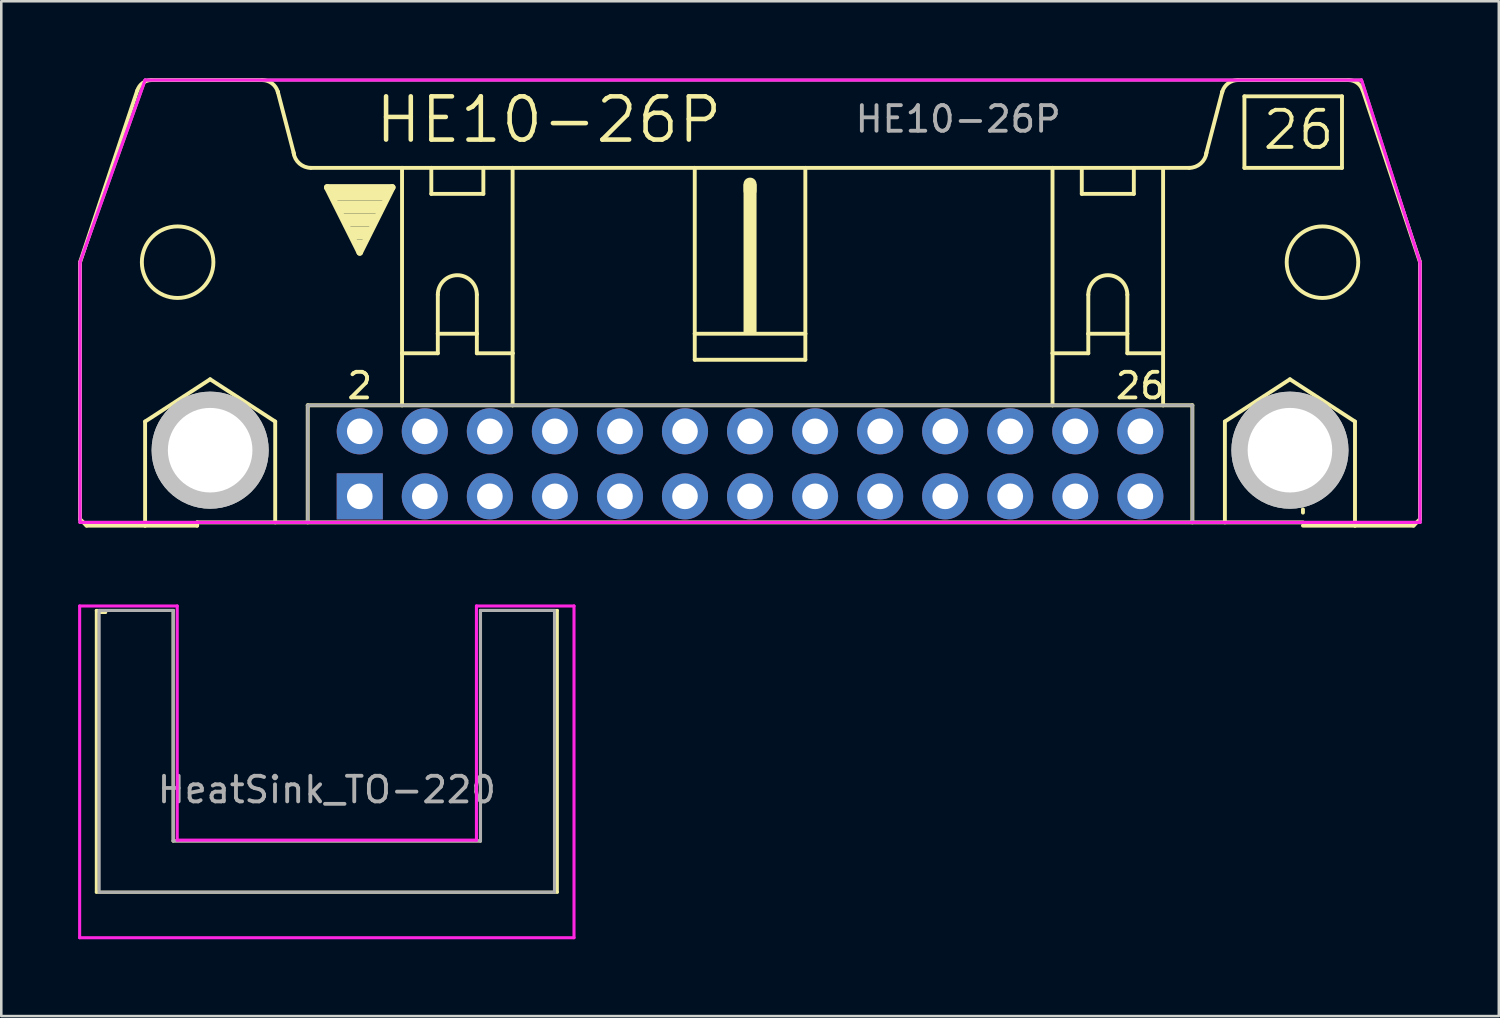
<source format=kicad_pcb>
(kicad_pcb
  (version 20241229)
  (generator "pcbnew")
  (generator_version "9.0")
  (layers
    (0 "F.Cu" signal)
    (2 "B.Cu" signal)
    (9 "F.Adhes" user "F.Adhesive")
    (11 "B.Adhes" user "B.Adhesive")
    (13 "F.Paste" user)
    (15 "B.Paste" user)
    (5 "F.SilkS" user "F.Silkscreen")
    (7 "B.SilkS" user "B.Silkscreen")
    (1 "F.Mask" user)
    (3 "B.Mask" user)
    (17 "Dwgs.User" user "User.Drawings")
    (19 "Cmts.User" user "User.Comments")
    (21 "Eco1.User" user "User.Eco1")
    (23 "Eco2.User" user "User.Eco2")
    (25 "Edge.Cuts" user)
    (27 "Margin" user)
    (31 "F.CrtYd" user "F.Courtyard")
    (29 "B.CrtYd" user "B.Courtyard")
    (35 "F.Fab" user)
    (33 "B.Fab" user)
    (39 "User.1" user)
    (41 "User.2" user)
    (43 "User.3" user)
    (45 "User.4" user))
  (footprint "HE10-26P"
    (layer "F.Cu")
    (at 26.238 15.062)
    (property "Reference" "HE10-26P" (at -14.732 -12.446 0) (layer "F.SilkS") (effects (font (size 1.689 1.689) (thickness 0.178)) (justify left bottom)))
    (attr through_hole)
    (fp_line (start -26.162 2.159) (end -26.162 -7.874) (stroke (width 0.152) (type solid)) (layer "F.SilkS"))
    (fp_line (start -26.162 2.159) (end -25.908 2.413) (stroke (width 0.152) (type solid)) (layer "F.SilkS"))
    (fp_line (start -25.908 2.413) (end -23.622 2.413) (stroke (width 0.152) (type solid)) (layer "F.SilkS"))
    (fp_line (start -23.927 -14.58) (end -26.162 -7.874) (stroke (width 0.152) (type solid)) (layer "F.SilkS"))
    (fp_line (start -23.622 -1.651) (end -21.082 -3.302) (stroke (width 0.152) (type solid)) (layer "F.SilkS"))
    (fp_line (start -23.622 2.413) (end -23.622 -1.651) (stroke (width 0.152) (type solid)) (layer "F.SilkS"))
    (fp_line (start -23.622 2.413) (end -21.59 2.413) (stroke (width 0.152) (type solid)) (layer "F.SilkS"))
    (fp_line (start -21.59 2.286) (end -21.59 2.413) (stroke (width 0.152) (type solid)) (layer "F.SilkS"))
    (fp_line (start -21.59 2.286) (end 21.59 2.286) (stroke (width 0.152) (type solid)) (layer "F.SilkS"))
    (fp_line (start -21.082 -3.302) (end -18.542 -1.651) (stroke (width 0.152) (type solid)) (layer "F.SilkS"))
    (fp_line (start -19.05 -14.986) (end -23.368 -14.986) (stroke (width 0.152) (type solid)) (layer "F.SilkS"))
    (fp_line (start -18.542 2.286) (end -18.542 -1.651) (stroke (width 0.152) (type solid)) (layer "F.SilkS"))
    (fp_line (start -17.805 -12.09) (end -18.44 -14.529) (stroke (width 0.152) (type solid)) (layer "F.SilkS"))
    (fp_line (start -17.272 -2.286) (end -17.272 2.286) (stroke (width 0.152) (type solid)) (layer "F.SilkS"))
    (fp_line (start -17.145 -11.557) (end -13.589 -11.557) (stroke (width 0.152) (type solid)) (layer "F.SilkS"))
    (fp_line (start -16.51 -10.795) (end -13.97 -10.795) (stroke (width 0.254) (type solid)) (layer "F.SilkS"))
    (fp_line (start -15.24 -8.255) (end -16.51 -10.795) (stroke (width 0.254) (type solid)) (layer "F.SilkS"))
    (fp_line (start -13.97 -10.795) (end -15.24 -8.255) (stroke (width 0.254) (type solid)) (layer "F.SilkS"))
    (fp_line (start -13.589 -11.557) (end -12.446 -11.557) (stroke (width 0.152) (type solid)) (layer "F.SilkS"))
    (fp_line (start -13.589 -4.318) (end -13.589 -11.557) (stroke (width 0.152) (type solid)) (layer "F.SilkS"))
    (fp_line (start -13.589 -4.318) (end -13.589 -2.286) (stroke (width 0.152) (type solid)) (layer "F.SilkS"))
    (fp_line (start -13.589 -4.318) (end -12.192 -4.318) (stroke (width 0.152) (type solid)) (layer "F.SilkS"))
    (fp_line (start -13.589 -2.286) (end -17.272 -2.286) (stroke (width 0.152) (type solid)) (layer "F.SilkS"))
    (fp_line (start -12.446 -11.557) (end -10.414 -11.557) (stroke (width 0.152) (type solid)) (layer "F.SilkS"))
    (fp_line (start -12.446 -10.541) (end -12.446 -11.557) (stroke (width 0.152) (type solid)) (layer "F.SilkS"))
    (fp_line (start -12.446 -10.541) (end -10.414 -10.541) (stroke (width 0.152) (type solid)) (layer "F.SilkS"))
    (fp_line (start -12.192 -6.604) (end -12.192 -5.08) (stroke (width 0.152) (type solid)) (layer "F.SilkS"))
    (fp_line (start -12.192 -5.08) (end -12.192 -4.318) (stroke (width 0.152) (type solid)) (layer "F.SilkS"))
    (fp_line (start -12.192 -5.08) (end -10.668 -5.08) (stroke (width 0.152) (type solid)) (layer "F.SilkS"))
    (fp_line (start -10.668 -6.604) (end -10.668 -5.08) (stroke (width 0.152) (type solid)) (layer "F.SilkS"))
    (fp_line (start -10.668 -5.08) (end -10.668 -4.318) (stroke (width 0.152) (type solid)) (layer "F.SilkS"))
    (fp_line (start -10.668 -4.318) (end -9.271 -4.318) (stroke (width 0.152) (type solid)) (layer "F.SilkS"))
    (fp_line (start -10.414 -11.557) (end -10.414 -10.541) (stroke (width 0.152) (type solid)) (layer "F.SilkS"))
    (fp_line (start -10.414 -11.557) (end -9.271 -11.557) (stroke (width 0.152) (type solid)) (layer "F.SilkS"))
    (fp_line (start -9.271 -11.557) (end -2.159 -11.557) (stroke (width 0.152) (type solid)) (layer "F.SilkS"))
    (fp_line (start -9.271 -4.318) (end -9.271 -11.557) (stroke (width 0.152) (type solid)) (layer "F.SilkS"))
    (fp_line (start -9.271 -4.318) (end -9.271 -2.286) (stroke (width 0.152) (type solid)) (layer "F.SilkS"))
    (fp_line (start -9.271 -2.286) (end -13.589 -2.286) (stroke (width 0.152) (type solid)) (layer "F.SilkS"))
    (fp_line (start -2.159 -11.557) (end -2.159 -5.08) (stroke (width 0.152) (type solid)) (layer "F.SilkS"))
    (fp_line (start -2.159 -11.557) (end 2.159 -11.557) (stroke (width 0.152) (type solid)) (layer "F.SilkS"))
    (fp_line (start -2.159 -5.08) (end -2.159 -4.064) (stroke (width 0.152) (type solid)) (layer "F.SilkS"))
    (fp_line (start 0 -10.668) (end 0 -10.922) (stroke (width 0.508) (type solid)) (layer "F.SilkS"))
    (fp_line (start 2.159 -11.557) (end 2.159 -5.08) (stroke (width 0.152) (type solid)) (layer "F.SilkS"))
    (fp_line (start 2.159 -11.557) (end 11.811 -11.557) (stroke (width 0.152) (type solid)) (layer "F.SilkS"))
    (fp_line (start 2.159 -5.08) (end -2.159 -5.08) (stroke (width 0.152) (type solid)) (layer "F.SilkS"))
    (fp_line (start 2.159 -5.08) (end 2.159 -4.064) (stroke (width 0.152) (type solid)) (layer "F.SilkS"))
    (fp_line (start 2.159 -4.064) (end -2.159 -4.064) (stroke (width 0.152) (type solid)) (layer "F.SilkS"))
    (fp_line (start 11.811 -11.557) (end 17.145 -11.557) (stroke (width 0.152) (type solid)) (layer "F.SilkS"))
    (fp_line (start 11.811 -4.318) (end 11.811 -11.557) (stroke (width 0.152) (type solid)) (layer "F.SilkS"))
    (fp_line (start 11.811 -4.318) (end 11.811 -2.286) (stroke (width 0.152) (type solid)) (layer "F.SilkS"))
    (fp_line (start 11.811 -4.318) (end 13.208 -4.318) (stroke (width 0.152) (type solid)) (layer "F.SilkS"))
    (fp_line (start 11.811 -2.286) (end -9.271 -2.286) (stroke (width 0.152) (type solid)) (layer "F.SilkS"))
    (fp_line (start 12.954 -10.541) (end 12.954 -11.557) (stroke (width 0.152) (type solid)) (layer "F.SilkS"))
    (fp_line (start 12.954 -10.541) (end 14.986 -10.541) (stroke (width 0.152) (type solid)) (layer "F.SilkS"))
    (fp_line (start 13.208 -6.604) (end 13.208 -5.08) (stroke (width 0.152) (type solid)) (layer "F.SilkS"))
    (fp_line (start 13.208 -5.08) (end 13.208 -4.318) (stroke (width 0.152) (type solid)) (layer "F.SilkS"))
    (fp_line (start 13.208 -5.08) (end 14.732 -5.08) (stroke (width 0.152) (type solid)) (layer "F.SilkS"))
    (fp_line (start 14.732 -6.604) (end 14.732 -5.08) (stroke (width 0.152) (type solid)) (layer "F.SilkS"))
    (fp_line (start 14.732 -5.08) (end 14.732 -4.318) (stroke (width 0.152) (type solid)) (layer "F.SilkS"))
    (fp_line (start 14.732 -4.318) (end 16.129 -4.318) (stroke (width 0.152) (type solid)) (layer "F.SilkS"))
    (fp_line (start 14.986 -11.557) (end 14.986 -10.541) (stroke (width 0.152) (type solid)) (layer "F.SilkS"))
    (fp_line (start 16.129 -4.318) (end 16.129 -11.557) (stroke (width 0.152) (type solid)) (layer "F.SilkS"))
    (fp_line (start 16.129 -4.318) (end 16.129 -2.286) (stroke (width 0.152) (type solid)) (layer "F.SilkS"))
    (fp_line (start 16.129 -2.286) (end 11.811 -2.286) (stroke (width 0.152) (type solid)) (layer "F.SilkS"))
    (fp_line (start 17.272 -2.286) (end 16.129 -2.286) (stroke (width 0.152) (type solid)) (layer "F.SilkS"))
    (fp_line (start 17.272 -2.286) (end 17.272 2.286) (stroke (width 0.152) (type solid)) (layer "F.SilkS"))
    (fp_line (start 17.805 -12.09) (end 18.44 -14.529) (stroke (width 0.152) (type solid)) (layer "F.SilkS"))
    (fp_line (start 18.542 -1.651) (end 21.082 -3.302) (stroke (width 0.152) (type solid)) (layer "F.SilkS"))
    (fp_line (start 18.542 2.286) (end 18.542 -1.651) (stroke (width 0.152) (type solid)) (layer "F.SilkS"))
    (fp_line (start 19.05 -14.986) (end 23.368 -14.986) (stroke (width 0.152) (type solid)) (layer "F.SilkS"))
    (fp_line (start 19.304 -14.351) (end 19.304 -11.557) (stroke (width 0.152) (type solid)) (layer "F.SilkS"))
    (fp_line (start 19.304 -11.557) (end 23.114 -11.557) (stroke (width 0.152) (type solid)) (layer "F.SilkS"))
    (fp_line (start 21.082 -3.302) (end 23.622 -1.651) (stroke (width 0.152) (type solid)) (layer "F.SilkS"))
    (fp_line (start 21.59 1.778) (end 21.59 1.905) (stroke (width 0.152) (type solid)) (layer "F.SilkS"))
    (fp_line (start 23.114 -14.351) (end 19.304 -14.351) (stroke (width 0.152) (type solid)) (layer "F.SilkS"))
    (fp_line (start 23.114 -14.351) (end 23.114 -11.557) (stroke (width 0.152) (type solid)) (layer "F.SilkS"))
    (fp_line (start 23.622 2.413) (end 21.59 2.413) (stroke (width 0.152) (type solid)) (layer "F.SilkS"))
    (fp_line (start 23.622 2.413) (end 23.622 -1.651) (stroke (width 0.152) (type solid)) (layer "F.SilkS"))
    (fp_line (start 23.927 -14.58) (end 26.162 -7.874) (stroke (width 0.152) (type solid)) (layer "F.SilkS"))
    (fp_line (start 25.908 2.413) (end 23.622 2.413) (stroke (width 0.152) (type solid)) (layer "F.SilkS"))
    (fp_line (start 26.162 2.159) (end 25.908 2.413) (stroke (width 0.152) (type solid)) (layer "F.SilkS"))
    (fp_line (start 26.162 2.159) (end 26.162 -7.874) (stroke (width 0.152) (type solid)) (layer "F.SilkS"))
    (fp_arc (start -23.9244 -14.5798) (mid -23.712453 -14.87368) (end -23.367999 -14.986101) (stroke (width 0.1524) (type solid)) (layer "F.SilkS"))
    (fp_arc (start -19.05 -14.986) (mid -18.668999 -14.859) (end -18.440399 -14.528799) (stroke (width 0.1524) (type solid)) (layer "F.SilkS"))
    (fp_arc (start -18.4404 -14.5288) (mid -18.437084 -14.516931) (end -18.434 -14.505) (stroke (width 0.1524) (type solid)) (layer "F.SilkS"))
    (fp_arc (start -17.144999 -11.556999) (mid -17.596774 -11.726823) (end -17.8248 -12.1522) (stroke (width 0.1524) (type solid)) (layer "F.SilkS"))
    (fp_arc (start -12.192 -6.604) (mid -11.43 -7.366) (end -10.668 -6.604) (stroke (width 0.1524) (type solid)) (layer "F.SilkS"))
    (fp_arc (start 13.208 -6.604) (mid 13.97 -7.366) (end 14.732 -6.604) (stroke (width 0.1524) (type solid)) (layer "F.SilkS"))
    (fp_arc (start 17.824799 -12.152201) (mid 17.596774 -11.726825) (end 17.145 -11.557) (stroke (width 0.1524) (type solid)) (layer "F.SilkS"))
    (fp_arc (start 18.434 -14.505) (mid 18.437084 -14.516931) (end 18.4404 -14.5288) (stroke (width 0.1524) (type solid)) (layer "F.SilkS"))
    (fp_arc (start 18.4404 -14.5288) (mid 18.669001 -14.859) (end 19.050001 -14.985999) (stroke (width 0.1524) (type solid)) (layer "F.SilkS"))
    (fp_arc (start 23.368 -14.986) (mid 23.712385 -14.873609) (end 23.9243 -14.579799) (stroke (width 0.1524) (type solid)) (layer "F.SilkS"))
    (fp_circle (center -22.352 -7.874) (end -20.955 -7.874) (stroke (width 0.152) (type solid)) (fill no) (layer "F.SilkS"))
    (fp_circle (center -21.082 -0.533) (end -19.761 -0.533) (stroke (width 0.152) (type solid)) (fill no) (layer "F.SilkS"))
    (fp_circle (center 21.082 -0.533) (end 22.403 -0.533) (stroke (width 0.152) (type solid)) (fill no) (layer "F.SilkS"))
    (fp_circle (center 22.352 -7.874) (end 23.749 -7.874) (stroke (width 0.152) (type solid)) (fill no) (layer "F.SilkS"))
    (fp_poly (pts (xy -16.383 -10.287) (xy -14.097 -10.287) (xy -14.097 -10.795) (xy -16.383 -10.795)) (stroke (width 0) (type solid)) (fill yes) (layer "F.SilkS"))
    (fp_poly (pts (xy -16.129 -9.779) (xy -14.351 -9.779) (xy -14.351 -10.287) (xy -16.129 -10.287)) (stroke (width 0) (type solid)) (fill yes) (layer "F.SilkS"))
    (fp_poly (pts (xy -15.875 -9.271) (xy -14.605 -9.271) (xy -14.605 -9.779) (xy -15.875 -9.779)) (stroke (width 0) (type solid)) (fill yes) (layer "F.SilkS"))
    (fp_poly (pts (xy -15.621 -8.763) (xy -14.859 -8.763) (xy -14.859 -9.271) (xy -15.621 -9.271)) (stroke (width 0) (type solid)) (fill yes) (layer "F.SilkS"))
    (fp_poly (pts (xy -15.367 -8.509) (xy -15.113 -8.509) (xy -15.113 -8.763) (xy -15.367 -8.763)) (stroke (width 0) (type solid)) (fill yes) (layer "F.SilkS"))
    (fp_poly (pts (xy -0.254 -5.08) (xy 0.254 -5.08) (xy 0.254 -10.922) (xy -0.254 -10.922)) (stroke (width 0) (type solid)) (fill yes) (layer "F.SilkS"))
    (fp_circle (center -21.082 -0.533) (end -19.939 -0.533) (stroke (width 2.286) (type solid)) (fill no) (layer "Dwgs.User"))
    (fp_circle (center -21.082 -0.533) (end -19.939 -0.533) (stroke (width 2.286) (type solid)) (fill no) (layer "Dwgs.User"))
    (fp_circle (center 21.082 -0.533) (end 22.225 -0.533) (stroke (width 2.286) (type solid)) (fill no) (layer "Dwgs.User"))
    (fp_circle (center 21.082 -0.533) (end 22.225 -0.533) (stroke (width 2.286) (type solid)) (fill no) (layer "Dwgs.User"))
    (fp_line (start -26.162 -7.874) (end -26.162 2.286) (stroke (width 0.12) (type solid)) (layer "F.CrtYd"))
    (fp_line (start -26.162 2.286) (end 26.162 2.286) (stroke (width 0.12) (type solid)) (layer "F.CrtYd"))
    (fp_line (start -23.622 -14.986) (end -26.162 -7.874) (stroke (width 0.12) (type solid)) (layer "F.CrtYd"))
    (fp_line (start 23.876 -14.986) (end -23.622 -14.986) (stroke (width 0.12) (type solid)) (layer "F.CrtYd"))
    (fp_line (start 26.162 -7.874) (end 23.876 -14.986) (stroke (width 0.12) (type solid)) (layer "F.CrtYd"))
    (fp_line (start 26.162 2.286) (end 26.162 -7.874) (stroke (width 0.12) (type solid)) (layer "F.CrtYd"))
    (fp_line (start -26.162 -7.874) (end -26.162 2.286) (stroke (width 0.12) (type solid)) (layer "F.Fab"))
    (fp_line (start -26.162 2.286) (end -17.272 2.286) (stroke (width 0.12) (type solid)) (layer "F.Fab"))
    (fp_line (start -23.622 -14.986) (end -26.162 -7.874) (stroke (width 0.12) (type solid)) (layer "F.Fab"))
    (fp_line (start -17.272 -2.286) (end -17.272 2.286) (stroke (width 0.12) (type solid)) (layer "F.Fab"))
    (fp_line (start -17.272 2.286) (end 17.272 2.286) (stroke (width 0.12) (type solid)) (layer "F.Fab"))
    (fp_line (start 17.272 -2.286) (end -17.272 -2.286) (stroke (width 0.12) (type solid)) (layer "F.Fab"))
    (fp_line (start 17.272 2.286) (end 17.272 -2.286) (stroke (width 0.12) (type solid)) (layer "F.Fab"))
    (fp_line (start 17.272 2.286) (end 26.162 2.286) (stroke (width 0.12) (type solid)) (layer "F.Fab"))
    (fp_line (start 23.876 -14.986) (end -23.622 -14.986) (stroke (width 0.12) (type solid)) (layer "F.Fab"))
    (fp_line (start 26.162 -7.874) (end 23.876 -14.986) (stroke (width 0.12) (type solid)) (layer "F.Fab"))
    (fp_line (start 26.162 2.286) (end 26.162 -7.874) (stroke (width 0.12) (type solid)) (layer "F.Fab"))
    (fp_text user "26" (at 15.24 -3.048 0) (layer "F.SilkS") (effects (font (size 1 1) (thickness 0.15))))
    (fp_text user "26" (at 19.939 -12.192 0) (layer "F.SilkS") (effects (font (size 1.448 1.448) (thickness 0.152)) (justify left bottom)))
    (fp_text user "2" (at -15.24 -3.048 0) (layer "F.SilkS") (effects (font (size 1 1) (thickness 0.15))))
    (fp_text user "${REFERENCE}" (at 8.128 -13.462 0) (layer "F.Fab") (effects (font (size 1 1) (thickness 0.15))))
    (pad "" np_thru_hole circle (at -21.082 -0.533) (size 3.302 3.302) (drill 3.302) (layers "*.Cu" "*.Mask"))
    (pad "" np_thru_hole circle (at 21.082 -0.533) (size 3.302 3.302) (drill 3.302) (layers "*.Cu" "*.Mask"))
    (pad "1" thru_hole rect (at -15.24 1.27) (size 1.8 1.8) (drill 1) (layers "*.Cu" "*.Mask"))
    (pad "2" thru_hole circle (at -15.24 -1.27) (size 1.8 1.8) (drill 1) (layers "*.Cu" "*.Mask"))
    (pad "3" thru_hole circle (at -12.7 1.27) (size 1.8 1.8) (drill 1) (layers "*.Cu" "*.Mask"))
    (pad "4" thru_hole circle (at -12.7 -1.27) (size 1.8 1.8) (drill 1) (layers "*.Cu" "*.Mask"))
    (pad "5" thru_hole circle (at -10.16 1.27) (size 1.8 1.8) (drill 1) (layers "*.Cu" "*.Mask"))
    (pad "6" thru_hole circle (at -10.16 -1.27) (size 1.8 1.8) (drill 1) (layers "*.Cu" "*.Mask"))
    (pad "7" thru_hole circle (at -7.62 1.27) (size 1.8 1.8) (drill 1) (layers "*.Cu" "*.Mask"))
    (pad "8" thru_hole circle (at -7.62 -1.27) (size 1.8 1.8) (drill 1) (layers "*.Cu" "*.Mask"))
    (pad "9" thru_hole circle (at -5.08 1.27) (size 1.8 1.8) (drill 1) (layers "*.Cu" "*.Mask"))
    (pad "10" thru_hole circle (at -5.08 -1.27) (size 1.8 1.8) (drill 1) (layers "*.Cu" "*.Mask"))
    (pad "11" thru_hole circle (at -2.54 1.27) (size 1.8 1.8) (drill 1) (layers "*.Cu" "*.Mask"))
    (pad "12" thru_hole circle (at -2.54 -1.27) (size 1.8 1.8) (drill 1) (layers "*.Cu" "*.Mask"))
    (pad "13" thru_hole circle (at 0 1.27) (size 1.8 1.8) (drill 1) (layers "*.Cu" "*.Mask"))
    (pad "14" thru_hole circle (at 0 -1.27) (size 1.8 1.8) (drill 1) (layers "*.Cu" "*.Mask"))
    (pad "15" thru_hole circle (at 2.54 1.27) (size 1.8 1.8) (drill 1) (layers "*.Cu" "*.Mask"))
    (pad "16" thru_hole circle (at 2.54 -1.27) (size 1.8 1.8) (drill 1) (layers "*.Cu" "*.Mask"))
    (pad "17" thru_hole circle (at 5.08 1.27) (size 1.8 1.8) (drill 1) (layers "*.Cu" "*.Mask"))
    (pad "18" thru_hole circle (at 5.08 -1.27) (size 1.8 1.8) (drill 1) (layers "*.Cu" "*.Mask"))
    (pad "19" thru_hole circle (at 7.62 1.27) (size 1.8 1.8) (drill 1) (layers "*.Cu" "*.Mask"))
    (pad "20" thru_hole circle (at 7.62 -1.27) (size 1.8 1.8) (drill 1) (layers "*.Cu" "*.Mask"))
    (pad "21" thru_hole circle (at 10.16 1.27) (size 1.8 1.8) (drill 1) (layers "*.Cu" "*.Mask"))
    (pad "22" thru_hole circle (at 10.16 -1.27) (size 1.8 1.8) (drill 1) (layers "*.Cu" "*.Mask"))
    (pad "23" thru_hole circle (at 12.7 1.27) (size 1.8 1.8) (drill 1) (layers "*.Cu" "*.Mask"))
    (pad "24" thru_hole circle (at 12.7 -1.27) (size 1.8 1.8) (drill 1) (layers "*.Cu" "*.Mask"))
    (pad "25" thru_hole circle (at 15.24 1.27) (size 1.8 1.8) (drill 1) (layers "*.Cu" "*.Mask"))
    (pad "26" thru_hole circle (at 15.24 -1.27) (size 1.8 1.8) (drill 1) (layers "*.Cu" "*.Mask")))
  (footprint "HeatSink_TO-220"
    (layer "F.Cu")
    (at 9.712 31.788)
    (property "Reference" "HeatSink_TO-220" (at 0 -4 0) (layer "F.Fab") (effects (font (size 1 1) (thickness 0.15))))
    (attr through_hole)
    (fp_line (start -9 0) (end -9 -11) (stroke (width 0.12) (type solid)) (layer "F.SilkS"))
    (fp_line (start -8.89 -10.922) (end -8.636 -10.922) (stroke (width 0.12) (type solid)) (layer "F.SilkS"))
    (fp_line (start -6 -11) (end -9 -11) (stroke (width 0.12) (type solid)) (layer "F.SilkS"))
    (fp_line (start -6 -11) (end -6 -2) (stroke (width 0.12) (type solid)) (layer "F.SilkS"))
    (fp_line (start -6 -2) (end 6 -2) (stroke (width 0.12) (type solid)) (layer "F.SilkS"))
    (fp_line (start 6 -2) (end 6 -11) (stroke (width 0.12) (type solid)) (layer "F.SilkS"))
    (fp_line (start 9 -11) (end 6 -11) (stroke (width 0.12) (type solid)) (layer "F.SilkS"))
    (fp_line (start 9 -11) (end 9 0) (stroke (width 0.12) (type solid)) (layer "F.SilkS"))
    (fp_line (start 9 0) (end -9 0) (stroke (width 0.12) (type solid)) (layer "F.SilkS"))
    (fp_line (start -9.652 1.778) (end -9.652 -11.176) (stroke (width 0.12) (type solid)) (layer "F.CrtYd"))
    (fp_line (start -5.842 -11.176) (end -9.652 -11.176) (stroke (width 0.12) (type solid)) (layer "F.CrtYd"))
    (fp_line (start -5.842 -11.176) (end -5.842 -2.032) (stroke (width 0.12) (type solid)) (layer "F.CrtYd"))
    (fp_line (start -5.842 -2.032) (end 5.842 -2.032) (stroke (width 0.12) (type solid)) (layer "F.CrtYd"))
    (fp_line (start 5.842 -11.176) (end 9.652 -11.176) (stroke (width 0.12) (type solid)) (layer "F.CrtYd"))
    (fp_line (start 5.842 -2.032) (end 5.842 -11.176) (stroke (width 0.12) (type solid)) (layer "F.CrtYd"))
    (fp_line (start 9.652 -11.176) (end 9.652 1.778) (stroke (width 0.12) (type solid)) (layer "F.CrtYd"))
    (fp_line (start 9.652 1.778) (end -9.652 1.778) (stroke (width 0.12) (type solid)) (layer "F.CrtYd"))
    (fp_line (start -8.89 -11) (end -8.89 0) (stroke (width 0.12) (type solid)) (layer "F.Fab"))
    (fp_line (start -8.89 -11) (end -6 -11) (stroke (width 0.12) (type solid)) (layer "F.Fab"))
    (fp_line (start -8.89 0) (end 8.89 0) (stroke (width 0.12) (type solid)) (layer "F.Fab"))
    (fp_line (start -6 -2) (end -6 -11) (stroke (width 0.12) (type solid)) (layer "F.Fab"))
    (fp_line (start 6 -11) (end 6 -2) (stroke (width 0.12) (type solid)) (layer "F.Fab"))
    (fp_line (start 6 -2) (end -6 -2) (stroke (width 0.12) (type solid)) (layer "F.Fab"))
    (fp_line (start 8.89 -11) (end 6 -11) (stroke (width 0.12) (type solid)) (layer "F.Fab"))
    (fp_line (start 8.89 -11) (end 8.89 0) (stroke (width 0.12) (type solid)) (layer "F.Fab")))
  (gr_rect
    (start -3 -3)
    (end 55.476 36.626)
    (stroke (width 0.1) (type default))
    (fill no)
    (layer "Edge.Cuts")))
</source>
